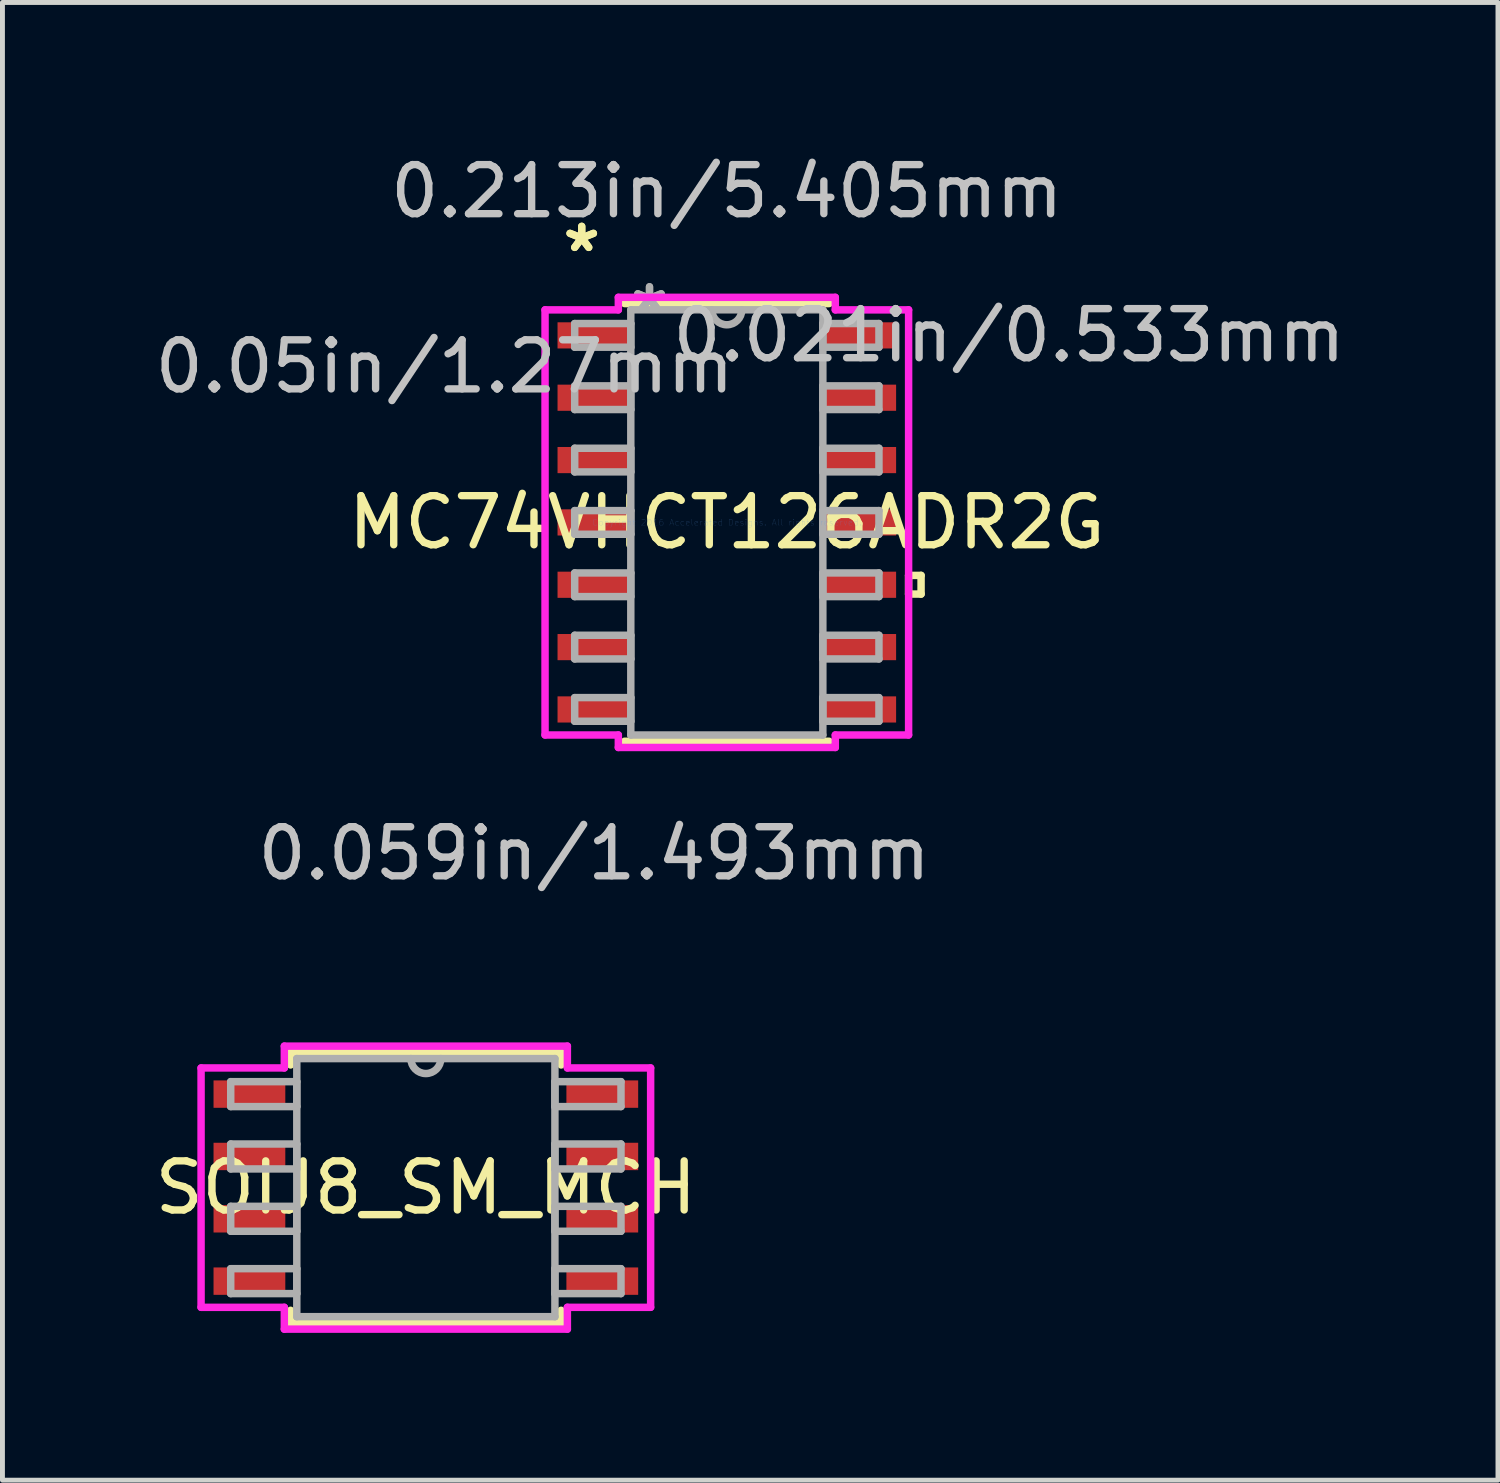
<source format=kicad_pcb>
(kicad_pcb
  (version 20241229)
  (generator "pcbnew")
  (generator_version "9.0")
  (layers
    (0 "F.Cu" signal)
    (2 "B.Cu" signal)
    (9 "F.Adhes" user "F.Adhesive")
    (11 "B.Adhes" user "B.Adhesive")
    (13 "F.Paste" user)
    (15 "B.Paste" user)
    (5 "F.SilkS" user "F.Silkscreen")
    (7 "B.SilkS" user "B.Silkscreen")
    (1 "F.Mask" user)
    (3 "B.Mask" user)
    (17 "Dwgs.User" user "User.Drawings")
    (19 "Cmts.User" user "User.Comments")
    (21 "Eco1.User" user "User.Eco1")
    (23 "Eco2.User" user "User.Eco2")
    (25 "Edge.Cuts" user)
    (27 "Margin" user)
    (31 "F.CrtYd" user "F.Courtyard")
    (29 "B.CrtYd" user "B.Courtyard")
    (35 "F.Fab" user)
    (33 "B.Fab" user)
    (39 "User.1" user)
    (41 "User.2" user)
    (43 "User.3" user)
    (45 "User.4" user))
  (footprint "MC74VHCT126ADR2G"
    (layer "F.Cu")
    (at 11.756 7.592)
    (property "Reference" "MC74VHCT126ADR2G" (at 0 0 0) (layer "F.SilkS") (effects (font (size 1 1) (thickness 0.15))))
    (attr through_hole)
    (fp_line (start -2.083 4.458) (end 2.083 4.458) (stroke (width 0.152) (type solid)) (layer "F.SilkS"))
    (fp_line (start 2.083 -4.458) (end -2.083 -4.458) (stroke (width 0.152) (type solid)) (layer "F.SilkS"))
    (fp_line (start 3.703 1.079) (end 3.957 1.079) (stroke (width 0.152) (type solid)) (layer "F.SilkS"))
    (fp_line (start 3.703 1.46) (end 3.703 1.079) (stroke (width 0.152) (type solid)) (layer "F.SilkS"))
    (fp_line (start 3.957 1.079) (end 3.957 1.46) (stroke (width 0.152) (type solid)) (layer "F.SilkS"))
    (fp_line (start 3.957 1.46) (end 3.703 1.46) (stroke (width 0.152) (type solid)) (layer "F.SilkS"))
    (fp_line (start -3.703 -4.33) (end -2.21 -4.33) (stroke (width 0.152) (type solid)) (layer "F.CrtYd"))
    (fp_line (start -3.703 4.33) (end -3.703 -4.33) (stroke (width 0.152) (type solid)) (layer "F.CrtYd"))
    (fp_line (start -2.21 -4.585) (end 2.21 -4.585) (stroke (width 0.152) (type solid)) (layer "F.CrtYd"))
    (fp_line (start -2.21 -4.33) (end -2.21 -4.585) (stroke (width 0.152) (type solid)) (layer "F.CrtYd"))
    (fp_line (start -2.21 4.33) (end -3.703 4.33) (stroke (width 0.152) (type solid)) (layer "F.CrtYd"))
    (fp_line (start -2.21 4.585) (end -2.21 4.33) (stroke (width 0.152) (type solid)) (layer "F.CrtYd"))
    (fp_line (start 2.21 -4.585) (end 2.21 -4.33) (stroke (width 0.152) (type solid)) (layer "F.CrtYd"))
    (fp_line (start 2.21 -4.33) (end 3.703 -4.33) (stroke (width 0.152) (type solid)) (layer "F.CrtYd"))
    (fp_line (start 2.21 4.33) (end 2.21 4.585) (stroke (width 0.152) (type solid)) (layer "F.CrtYd"))
    (fp_line (start 2.21 4.585) (end -2.21 4.585) (stroke (width 0.152) (type solid)) (layer "F.CrtYd"))
    (fp_line (start 3.703 -4.33) (end 3.703 4.33) (stroke (width 0.152) (type solid)) (layer "F.CrtYd"))
    (fp_line (start 3.703 4.33) (end 2.21 4.33) (stroke (width 0.152) (type solid)) (layer "F.CrtYd"))
    (fp_line (start -3.099 -4.051) (end -3.099 -3.569) (stroke (width 0.152) (type solid)) (layer "F.Fab"))
    (fp_line (start -3.099 -3.569) (end -1.956 -3.569) (stroke (width 0.152) (type solid)) (layer "F.Fab"))
    (fp_line (start -3.099 -2.781) (end -3.099 -2.299) (stroke (width 0.152) (type solid)) (layer "F.Fab"))
    (fp_line (start -3.099 -2.299) (end -1.956 -2.299) (stroke (width 0.152) (type solid)) (layer "F.Fab"))
    (fp_line (start -3.099 -1.511) (end -3.099 -1.029) (stroke (width 0.152) (type solid)) (layer "F.Fab"))
    (fp_line (start -3.099 -1.029) (end -1.956 -1.029) (stroke (width 0.152) (type solid)) (layer "F.Fab"))
    (fp_line (start -3.099 -0.241) (end -3.099 0.241) (stroke (width 0.152) (type solid)) (layer "F.Fab"))
    (fp_line (start -3.099 0.241) (end -1.956 0.241) (stroke (width 0.152) (type solid)) (layer "F.Fab"))
    (fp_line (start -3.099 1.029) (end -3.099 1.511) (stroke (width 0.152) (type solid)) (layer "F.Fab"))
    (fp_line (start -3.099 1.511) (end -1.956 1.511) (stroke (width 0.152) (type solid)) (layer "F.Fab"))
    (fp_line (start -3.099 2.299) (end -3.099 2.781) (stroke (width 0.152) (type solid)) (layer "F.Fab"))
    (fp_line (start -3.099 2.781) (end -1.956 2.781) (stroke (width 0.152) (type solid)) (layer "F.Fab"))
    (fp_line (start -3.099 3.569) (end -3.099 4.051) (stroke (width 0.152) (type solid)) (layer "F.Fab"))
    (fp_line (start -3.099 4.051) (end -1.956 4.051) (stroke (width 0.152) (type solid)) (layer "F.Fab"))
    (fp_line (start -1.956 -4.331) (end -1.956 4.331) (stroke (width 0.152) (type solid)) (layer "F.Fab"))
    (fp_line (start -1.956 -4.051) (end -3.099 -4.051) (stroke (width 0.152) (type solid)) (layer "F.Fab"))
    (fp_line (start -1.956 -3.569) (end -1.956 -4.051) (stroke (width 0.152) (type solid)) (layer "F.Fab"))
    (fp_line (start -1.956 -2.781) (end -3.099 -2.781) (stroke (width 0.152) (type solid)) (layer "F.Fab"))
    (fp_line (start -1.956 -2.299) (end -1.956 -2.781) (stroke (width 0.152) (type solid)) (layer "F.Fab"))
    (fp_line (start -1.956 -1.511) (end -3.099 -1.511) (stroke (width 0.152) (type solid)) (layer "F.Fab"))
    (fp_line (start -1.956 -1.029) (end -1.956 -1.511) (stroke (width 0.152) (type solid)) (layer "F.Fab"))
    (fp_line (start -1.956 -0.241) (end -3.099 -0.241) (stroke (width 0.152) (type solid)) (layer "F.Fab"))
    (fp_line (start -1.956 0.241) (end -1.956 -0.241) (stroke (width 0.152) (type solid)) (layer "F.Fab"))
    (fp_line (start -1.956 1.029) (end -3.099 1.029) (stroke (width 0.152) (type solid)) (layer "F.Fab"))
    (fp_line (start -1.956 1.511) (end -1.956 1.029) (stroke (width 0.152) (type solid)) (layer "F.Fab"))
    (fp_line (start -1.956 2.299) (end -3.099 2.299) (stroke (width 0.152) (type solid)) (layer "F.Fab"))
    (fp_line (start -1.956 2.781) (end -1.956 2.299) (stroke (width 0.152) (type solid)) (layer "F.Fab"))
    (fp_line (start -1.956 3.569) (end -3.099 3.569) (stroke (width 0.152) (type solid)) (layer "F.Fab"))
    (fp_line (start -1.956 4.051) (end -1.956 3.569) (stroke (width 0.152) (type solid)) (layer "F.Fab"))
    (fp_line (start -1.956 4.331) (end 1.956 4.331) (stroke (width 0.152) (type solid)) (layer "F.Fab"))
    (fp_line (start 1.956 -4.331) (end -1.956 -4.331) (stroke (width 0.152) (type solid)) (layer "F.Fab"))
    (fp_line (start 1.956 -4.051) (end 1.956 -3.569) (stroke (width 0.152) (type solid)) (layer "F.Fab"))
    (fp_line (start 1.956 -3.569) (end 3.099 -3.569) (stroke (width 0.152) (type solid)) (layer "F.Fab"))
    (fp_line (start 1.956 -2.781) (end 1.956 -2.299) (stroke (width 0.152) (type solid)) (layer "F.Fab"))
    (fp_line (start 1.956 -2.299) (end 3.099 -2.299) (stroke (width 0.152) (type solid)) (layer "F.Fab"))
    (fp_line (start 1.956 -1.511) (end 1.956 -1.029) (stroke (width 0.152) (type solid)) (layer "F.Fab"))
    (fp_line (start 1.956 -1.029) (end 3.099 -1.029) (stroke (width 0.152) (type solid)) (layer "F.Fab"))
    (fp_line (start 1.956 -0.241) (end 1.956 0.241) (stroke (width 0.152) (type solid)) (layer "F.Fab"))
    (fp_line (start 1.956 0.241) (end 3.099 0.241) (stroke (width 0.152) (type solid)) (layer "F.Fab"))
    (fp_line (start 1.956 1.029) (end 1.956 1.511) (stroke (width 0.152) (type solid)) (layer "F.Fab"))
    (fp_line (start 1.956 1.511) (end 3.099 1.511) (stroke (width 0.152) (type solid)) (layer "F.Fab"))
    (fp_line (start 1.956 2.299) (end 1.956 2.781) (stroke (width 0.152) (type solid)) (layer "F.Fab"))
    (fp_line (start 1.956 2.781) (end 3.099 2.781) (stroke (width 0.152) (type solid)) (layer "F.Fab"))
    (fp_line (start 1.956 3.569) (end 1.956 4.051) (stroke (width 0.152) (type solid)) (layer "F.Fab"))
    (fp_line (start 1.956 4.051) (end 3.099 4.051) (stroke (width 0.152) (type solid)) (layer "F.Fab"))
    (fp_line (start 1.956 4.331) (end 1.956 -4.331) (stroke (width 0.152) (type solid)) (layer "F.Fab"))
    (fp_line (start 3.099 -4.051) (end 1.956 -4.051) (stroke (width 0.152) (type solid)) (layer "F.Fab"))
    (fp_line (start 3.099 -3.569) (end 3.099 -4.051) (stroke (width 0.152) (type solid)) (layer "F.Fab"))
    (fp_line (start 3.099 -2.781) (end 1.956 -2.781) (stroke (width 0.152) (type solid)) (layer "F.Fab"))
    (fp_line (start 3.099 -2.299) (end 3.099 -2.781) (stroke (width 0.152) (type solid)) (layer "F.Fab"))
    (fp_line (start 3.099 -1.511) (end 1.956 -1.511) (stroke (width 0.152) (type solid)) (layer "F.Fab"))
    (fp_line (start 3.099 -1.029) (end 3.099 -1.511) (stroke (width 0.152) (type solid)) (layer "F.Fab"))
    (fp_line (start 3.099 -0.241) (end 1.956 -0.241) (stroke (width 0.152) (type solid)) (layer "F.Fab"))
    (fp_line (start 3.099 0.241) (end 3.099 -0.241) (stroke (width 0.152) (type solid)) (layer "F.Fab"))
    (fp_line (start 3.099 1.029) (end 1.956 1.029) (stroke (width 0.152) (type solid)) (layer "F.Fab"))
    (fp_line (start 3.099 1.511) (end 3.099 1.029) (stroke (width 0.152) (type solid)) (layer "F.Fab"))
    (fp_line (start 3.099 2.299) (end 1.956 2.299) (stroke (width 0.152) (type solid)) (layer "F.Fab"))
    (fp_line (start 3.099 2.781) (end 3.099 2.299) (stroke (width 0.152) (type solid)) (layer "F.Fab"))
    (fp_line (start 3.099 3.569) (end 1.956 3.569) (stroke (width 0.152) (type solid)) (layer "F.Fab"))
    (fp_line (start 3.099 4.051) (end 3.099 3.569) (stroke (width 0.152) (type solid)) (layer "F.Fab"))
    (fp_arc (start 0.3048 -4.3307) (mid 0 -4.0259) (end -0.3048 -4.3307) (stroke (width 0.1524) (type solid)) (layer "F.Fab"))
    (fp_text user "*" (at -2.956 -5.486 0) (layer "F.SilkS") (effects (font (size 1 1) (thickness 0.15))))
    (fp_text user "*" (at -2.956 -5.486 0) (layer "F.SilkS") (effects (font (size 1 1) (thickness 0.15))))
    (fp_text user "0.213in/5.405mm" (at 0 -6.744 0) (layer "Dwgs.User") (effects (font (size 1 1) (thickness 0.15))))
    (fp_text user "0.05in/1.27mm" (at -5.75 -3.175 0) (layer "Dwgs.User") (effects (font (size 1 1) (thickness 0.15))))
    (fp_text user "0.059in/1.493mm" (at -2.702 6.744 0) (layer "Dwgs.User") (effects (font (size 1 1) (thickness 0.15))))
    (fp_text user "0.021in/0.533mm" (at 5.75 -3.81 0) (layer "Dwgs.User") (effects (font (size 1 1) (thickness 0.15))))
    (fp_text user "Copyright 2016 Accelerated Designs. All rights reserved." (at 0 0 0) (layer "Cmts.User") (effects (font (size 0.127 0.127) (thickness 0.002))))
    (fp_text user "*" (at -1.575 -4.255 0) (layer "F.Fab") (effects (font (size 1 1) (thickness 0.15))))
    (fp_text user "*" (at -1.575 -4.255 0) (layer "F.Fab") (effects (font (size 1 1) (thickness 0.15))))
    (pad "1" smd rect (at -2.702 -3.81) (size 1.493 0.533) (layers "F.Cu" "F.Mask" "F.Paste"))
    (pad "2" smd rect (at -2.702 -2.54) (size 1.493 0.533) (layers "F.Cu" "F.Mask" "F.Paste"))
    (pad "3" smd rect (at -2.702 -1.27) (size 1.493 0.533) (layers "F.Cu" "F.Mask" "F.Paste"))
    (pad "4" smd rect (at -2.702 0) (size 1.493 0.533) (layers "F.Cu" "F.Mask" "F.Paste"))
    (pad "5" smd rect (at -2.702 1.27) (size 1.493 0.533) (layers "F.Cu" "F.Mask" "F.Paste"))
    (pad "6" smd rect (at -2.702 2.54) (size 1.493 0.533) (layers "F.Cu" "F.Mask" "F.Paste"))
    (pad "7" smd rect (at -2.702 3.81) (size 1.493 0.533) (layers "F.Cu" "F.Mask" "F.Paste"))
    (pad "8" smd rect (at 2.702 3.81) (size 1.493 0.533) (layers "F.Cu" "F.Mask" "F.Paste"))
    (pad "9" smd rect (at 2.702 2.54) (size 1.493 0.533) (layers "F.Cu" "F.Mask" "F.Paste"))
    (pad "10" smd rect (at 2.702 1.27) (size 1.493 0.533) (layers "F.Cu" "F.Mask" "F.Paste"))
    (pad "11" smd rect (at 2.702 0) (size 1.493 0.533) (layers "F.Cu" "F.Mask" "F.Paste"))
    (pad "12" smd rect (at 2.702 -1.27) (size 1.493 0.533) (layers "F.Cu" "F.Mask" "F.Paste"))
    (pad "13" smd rect (at 2.702 -2.54) (size 1.493 0.533) (layers "F.Cu" "F.Mask" "F.Paste"))
    (pad "14" smd rect (at 2.702 -3.81) (size 1.493 0.533) (layers "F.Cu" "F.Mask" "F.Paste")))
  (footprint "SOIJ8_SM_MCH"
    (layer "F.Cu")
    (at 5.625 21.143)
    (property "Reference" "SOIJ8_SM_MCH" (at 0 0 0) (layer "F.SilkS") (effects (font (size 1 1) (thickness 0.15))))
    (attr through_hole)
    (fp_line (start -2.756 -2.756) (end -2.756 -2.499) (stroke (width 0.152) (type solid)) (layer "F.SilkS"))
    (fp_line (start -2.756 2.499) (end -2.756 2.756) (stroke (width 0.152) (type solid)) (layer "F.SilkS"))
    (fp_line (start -2.756 2.756) (end 2.756 2.756) (stroke (width 0.152) (type solid)) (layer "F.SilkS"))
    (fp_line (start 2.756 -2.756) (end -2.756 -2.756) (stroke (width 0.152) (type solid)) (layer "F.SilkS"))
    (fp_line (start 2.756 -2.499) (end 2.756 -2.756) (stroke (width 0.152) (type solid)) (layer "F.SilkS"))
    (fp_line (start 2.756 2.756) (end 2.756 2.499) (stroke (width 0.152) (type solid)) (layer "F.SilkS"))
    (fp_line (start -4.579 -2.438) (end -2.883 -2.438) (stroke (width 0.152) (type solid)) (layer "F.CrtYd"))
    (fp_line (start -4.579 2.438) (end -4.579 -2.438) (stroke (width 0.152) (type solid)) (layer "F.CrtYd"))
    (fp_line (start -2.883 -2.883) (end 2.883 -2.883) (stroke (width 0.152) (type solid)) (layer "F.CrtYd"))
    (fp_line (start -2.883 -2.438) (end -2.883 -2.883) (stroke (width 0.152) (type solid)) (layer "F.CrtYd"))
    (fp_line (start -2.883 2.438) (end -4.579 2.438) (stroke (width 0.152) (type solid)) (layer "F.CrtYd"))
    (fp_line (start -2.883 2.883) (end -2.883 2.438) (stroke (width 0.152) (type solid)) (layer "F.CrtYd"))
    (fp_line (start 2.883 -2.883) (end 2.883 -2.438) (stroke (width 0.152) (type solid)) (layer "F.CrtYd"))
    (fp_line (start 2.883 -2.438) (end 4.579 -2.438) (stroke (width 0.152) (type solid)) (layer "F.CrtYd"))
    (fp_line (start 2.883 2.438) (end 2.883 2.883) (stroke (width 0.152) (type solid)) (layer "F.CrtYd"))
    (fp_line (start 2.883 2.883) (end -2.883 2.883) (stroke (width 0.152) (type solid)) (layer "F.CrtYd"))
    (fp_line (start 4.579 -2.438) (end 4.579 2.438) (stroke (width 0.152) (type solid)) (layer "F.CrtYd"))
    (fp_line (start 4.579 2.438) (end 2.883 2.438) (stroke (width 0.152) (type solid)) (layer "F.CrtYd"))
    (fp_line (start -3.975 -2.159) (end -3.975 -1.651) (stroke (width 0.152) (type solid)) (layer "F.Fab"))
    (fp_line (start -3.975 -1.651) (end -2.629 -1.651) (stroke (width 0.152) (type solid)) (layer "F.Fab"))
    (fp_line (start -3.975 -0.889) (end -3.975 -0.381) (stroke (width 0.152) (type solid)) (layer "F.Fab"))
    (fp_line (start -3.975 -0.381) (end -2.629 -0.381) (stroke (width 0.152) (type solid)) (layer "F.Fab"))
    (fp_line (start -3.975 0.381) (end -3.975 0.889) (stroke (width 0.152) (type solid)) (layer "F.Fab"))
    (fp_line (start -3.975 0.889) (end -2.629 0.889) (stroke (width 0.152) (type solid)) (layer "F.Fab"))
    (fp_line (start -3.975 1.651) (end -3.975 2.159) (stroke (width 0.152) (type solid)) (layer "F.Fab"))
    (fp_line (start -3.975 2.159) (end -2.629 2.159) (stroke (width 0.152) (type solid)) (layer "F.Fab"))
    (fp_line (start -2.629 -2.629) (end -2.629 2.629) (stroke (width 0.152) (type solid)) (layer "F.Fab"))
    (fp_line (start -2.629 -2.159) (end -3.975 -2.159) (stroke (width 0.152) (type solid)) (layer "F.Fab"))
    (fp_line (start -2.629 -1.651) (end -2.629 -2.159) (stroke (width 0.152) (type solid)) (layer "F.Fab"))
    (fp_line (start -2.629 -0.889) (end -3.975 -0.889) (stroke (width 0.152) (type solid)) (layer "F.Fab"))
    (fp_line (start -2.629 -0.381) (end -2.629 -0.889) (stroke (width 0.152) (type solid)) (layer "F.Fab"))
    (fp_line (start -2.629 0.381) (end -3.975 0.381) (stroke (width 0.152) (type solid)) (layer "F.Fab"))
    (fp_line (start -2.629 0.889) (end -2.629 0.381) (stroke (width 0.152) (type solid)) (layer "F.Fab"))
    (fp_line (start -2.629 1.651) (end -3.975 1.651) (stroke (width 0.152) (type solid)) (layer "F.Fab"))
    (fp_line (start -2.629 2.159) (end -2.629 1.651) (stroke (width 0.152) (type solid)) (layer "F.Fab"))
    (fp_line (start -2.629 2.629) (end 2.629 2.629) (stroke (width 0.152) (type solid)) (layer "F.Fab"))
    (fp_line (start 2.629 -2.629) (end -2.629 -2.629) (stroke (width 0.152) (type solid)) (layer "F.Fab"))
    (fp_line (start 2.629 -2.159) (end 2.629 -1.651) (stroke (width 0.152) (type solid)) (layer "F.Fab"))
    (fp_line (start 2.629 -1.651) (end 3.975 -1.651) (stroke (width 0.152) (type solid)) (layer "F.Fab"))
    (fp_line (start 2.629 -0.889) (end 2.629 -0.381) (stroke (width 0.152) (type solid)) (layer "F.Fab"))
    (fp_line (start 2.629 -0.381) (end 3.975 -0.381) (stroke (width 0.152) (type solid)) (layer "F.Fab"))
    (fp_line (start 2.629 0.381) (end 2.629 0.889) (stroke (width 0.152) (type solid)) (layer "F.Fab"))
    (fp_line (start 2.629 0.889) (end 3.975 0.889) (stroke (width 0.152) (type solid)) (layer "F.Fab"))
    (fp_line (start 2.629 1.651) (end 2.629 2.159) (stroke (width 0.152) (type solid)) (layer "F.Fab"))
    (fp_line (start 2.629 2.159) (end 3.975 2.159) (stroke (width 0.152) (type solid)) (layer "F.Fab"))
    (fp_line (start 2.629 2.629) (end 2.629 -2.629) (stroke (width 0.152) (type solid)) (layer "F.Fab"))
    (fp_line (start 3.975 -2.159) (end 2.629 -2.159) (stroke (width 0.152) (type solid)) (layer "F.Fab"))
    (fp_line (start 3.975 -1.651) (end 3.975 -2.159) (stroke (width 0.152) (type solid)) (layer "F.Fab"))
    (fp_line (start 3.975 -0.889) (end 2.629 -0.889) (stroke (width 0.152) (type solid)) (layer "F.Fab"))
    (fp_line (start 3.975 -0.381) (end 3.975 -0.889) (stroke (width 0.152) (type solid)) (layer "F.Fab"))
    (fp_line (start 3.975 0.381) (end 2.629 0.381) (stroke (width 0.152) (type solid)) (layer "F.Fab"))
    (fp_line (start 3.975 0.889) (end 3.975 0.381) (stroke (width 0.152) (type solid)) (layer "F.Fab"))
    (fp_line (start 3.975 1.651) (end 2.629 1.651) (stroke (width 0.152) (type solid)) (layer "F.Fab"))
    (fp_line (start 3.975 2.159) (end 3.975 1.651) (stroke (width 0.152) (type solid)) (layer "F.Fab"))
    (fp_arc (start 0.3048 -2.6289) (mid 0 -2.3241) (end -0.3048 -2.6289) (stroke (width 0.1524) (type solid)) (layer "F.Fab"))
    (pad "1" smd rect (at -3.594 -1.905) (size 1.462 0.558) (layers "F.Cu" "F.Mask" "F.Paste"))
    (pad "2" smd rect (at -3.594 -0.635) (size 1.462 0.558) (layers "F.Cu" "F.Mask" "F.Paste"))
    (pad "3" smd rect (at -3.594 0.635) (size 1.462 0.558) (layers "F.Cu" "F.Mask" "F.Paste"))
    (pad "4" smd rect (at -3.594 1.905) (size 1.462 0.558) (layers "F.Cu" "F.Mask" "F.Paste"))
    (pad "5" smd rect (at 3.594 1.905) (size 1.462 0.558) (layers "F.Cu" "F.Mask" "F.Paste"))
    (pad "6" smd rect (at 3.594 0.635) (size 1.462 0.558) (layers "F.Cu" "F.Mask" "F.Paste"))
    (pad "7" smd rect (at 3.594 -0.635) (size 1.462 0.558) (layers "F.Cu" "F.Mask" "F.Paste"))
    (pad "8" smd rect (at 3.594 -1.905) (size 1.462 0.558) (layers "F.Cu" "F.Mask" "F.Paste")))
  (gr_rect
    (start -3 -3)
    (end 27.465 27.102)
    (stroke (width 0.1) (type default))
    (fill no)
    (layer "Edge.Cuts")))
</source>
